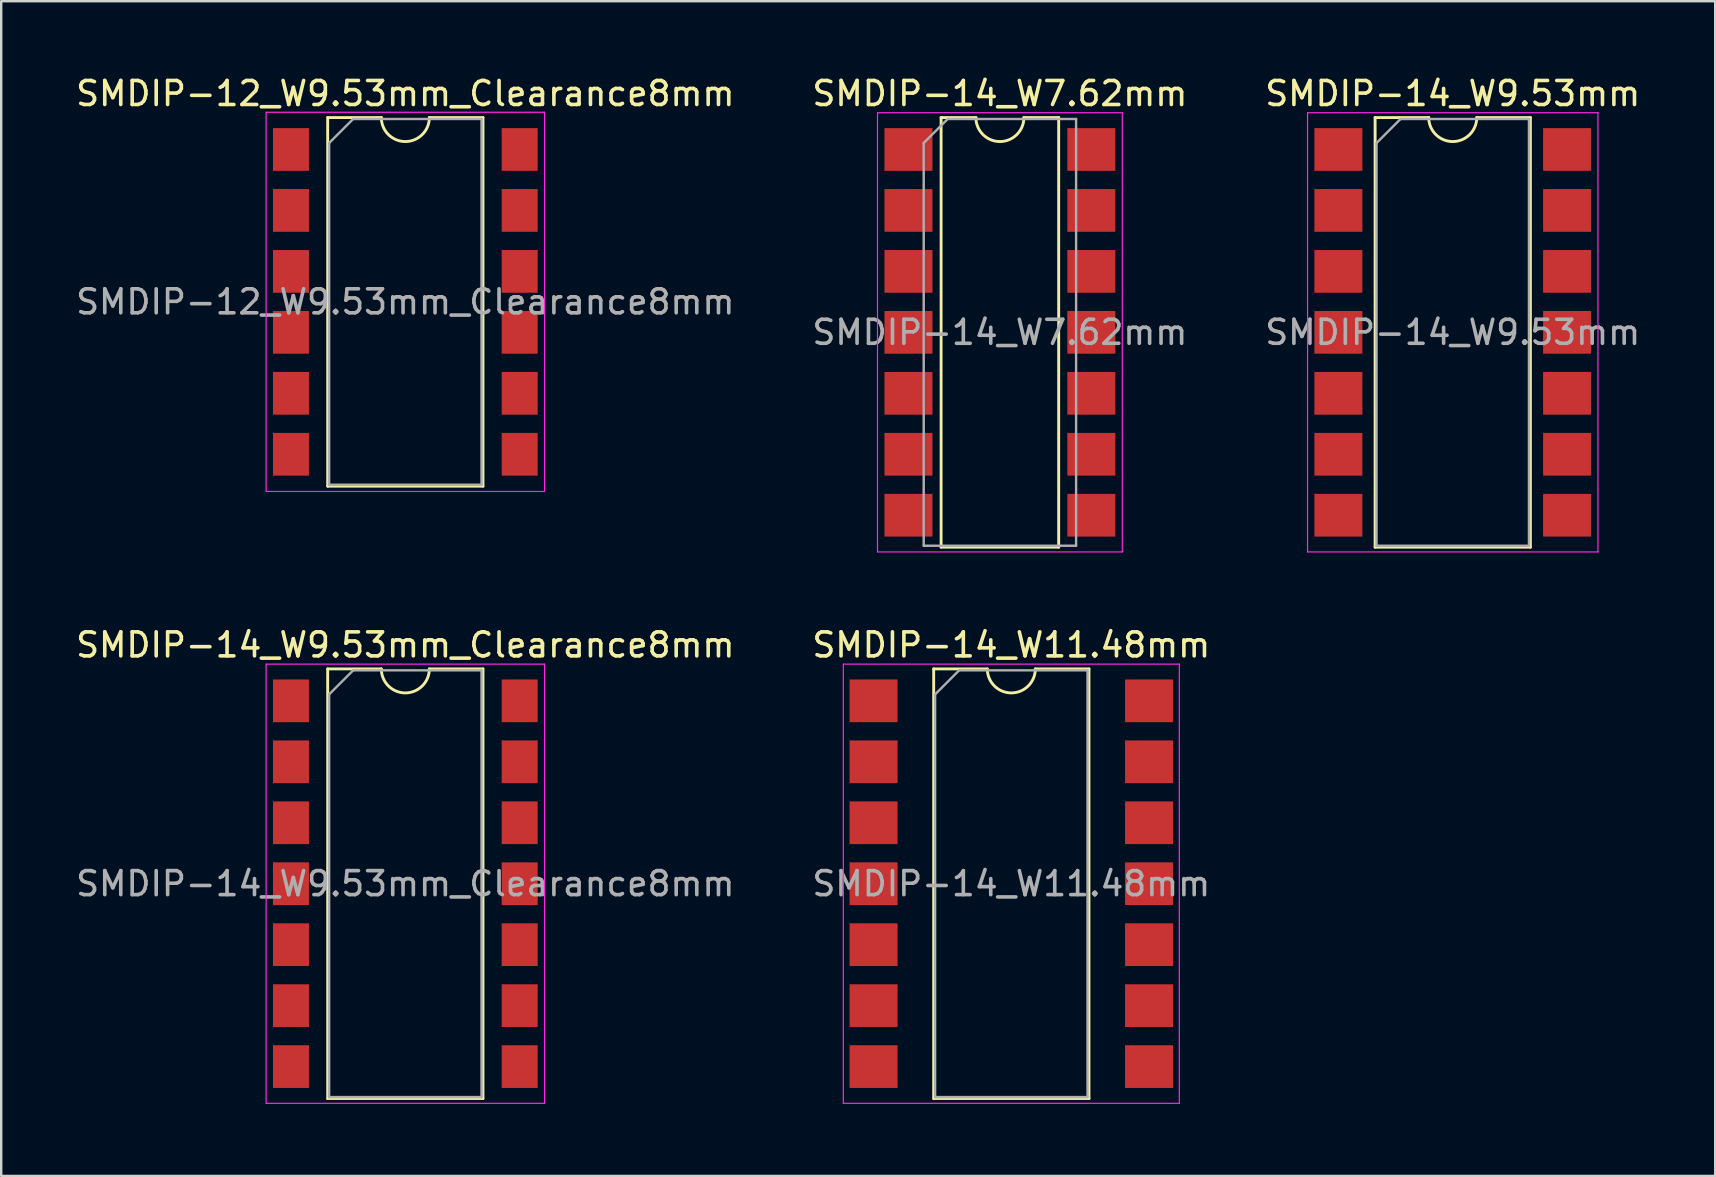
<source format=kicad_pcb>
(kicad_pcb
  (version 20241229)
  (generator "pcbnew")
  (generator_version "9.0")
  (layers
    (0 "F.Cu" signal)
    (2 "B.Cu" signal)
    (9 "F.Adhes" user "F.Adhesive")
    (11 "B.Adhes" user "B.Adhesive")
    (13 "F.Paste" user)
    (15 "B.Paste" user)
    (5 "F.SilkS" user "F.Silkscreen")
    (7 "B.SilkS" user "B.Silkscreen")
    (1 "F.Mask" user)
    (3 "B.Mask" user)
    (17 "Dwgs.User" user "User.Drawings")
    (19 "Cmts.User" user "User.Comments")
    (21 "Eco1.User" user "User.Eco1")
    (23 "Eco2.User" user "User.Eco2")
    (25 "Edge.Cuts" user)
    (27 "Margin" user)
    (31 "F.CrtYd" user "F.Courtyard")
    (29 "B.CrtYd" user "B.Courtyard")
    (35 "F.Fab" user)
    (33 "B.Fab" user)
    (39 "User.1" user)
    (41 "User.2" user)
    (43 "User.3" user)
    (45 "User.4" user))
  (footprint "SMDIP-12_W9.53mm_Clearance8mm"
    (layer "F.Cu")
    (at 13.839 9.528)
    (property "Reference" "SMDIP-12_W9.53mm_Clearance8mm" (at 0 -8.68 0) (layer "F.SilkS") (effects (font (size 1 1) (thickness 0.15))))
    (attr smd)
    (fp_line (start -3.235 -7.68) (end -3.235 7.68) (stroke (width 0.12) (type solid)) (layer "F.SilkS"))
    (fp_line (start -3.235 7.68) (end 3.235 7.68) (stroke (width 0.12) (type solid)) (layer "F.SilkS"))
    (fp_line (start -1 -7.68) (end -3.235 -7.68) (stroke (width 0.12) (type solid)) (layer "F.SilkS"))
    (fp_line (start 3.235 -7.68) (end 1 -7.68) (stroke (width 0.12) (type solid)) (layer "F.SilkS"))
    (fp_line (start 3.235 7.68) (end 3.235 -7.68) (stroke (width 0.12) (type solid)) (layer "F.SilkS"))
    (fp_arc (start 1 -7.68) (mid 0 -6.68) (end -1 -7.68) (stroke (width 0.12) (type solid)) (layer "F.SilkS"))
    (fp_line (start -5.8 -7.9) (end -5.8 7.9) (stroke (width 0.05) (type solid)) (layer "F.CrtYd"))
    (fp_line (start -5.8 7.9) (end 5.8 7.9) (stroke (width 0.05) (type solid)) (layer "F.CrtYd"))
    (fp_line (start 5.8 -7.9) (end -5.8 -7.9) (stroke (width 0.05) (type solid)) (layer "F.CrtYd"))
    (fp_line (start 5.8 7.9) (end 5.8 -7.9) (stroke (width 0.05) (type solid)) (layer "F.CrtYd"))
    (fp_line (start -3.175 -6.62) (end -2.175 -7.62) (stroke (width 0.1) (type solid)) (layer "F.Fab"))
    (fp_line (start -3.175 7.62) (end -3.175 -6.62) (stroke (width 0.1) (type solid)) (layer "F.Fab"))
    (fp_line (start -2.175 -7.62) (end 3.175 -7.62) (stroke (width 0.1) (type solid)) (layer "F.Fab"))
    (fp_line (start 3.175 -7.62) (end 3.175 7.62) (stroke (width 0.1) (type solid)) (layer "F.Fab"))
    (fp_line (start 3.175 7.62) (end -3.175 7.62) (stroke (width 0.1) (type solid)) (layer "F.Fab"))
    (fp_text user "${REFERENCE}" (at 0 0 0) (layer "F.Fab") (effects (font (size 1 1) (thickness 0.15))))
    (pad "1" smd rect (at -4.765 -6.35) (size 1.5 1.78) (layers "F.Cu" "F.Mask" "F.Paste"))
    (pad "2" smd rect (at -4.765 -3.81) (size 1.5 1.78) (layers "F.Cu" "F.Mask" "F.Paste"))
    (pad "3" smd rect (at -4.765 -1.27) (size 1.5 1.78) (layers "F.Cu" "F.Mask" "F.Paste"))
    (pad "4" smd rect (at -4.765 1.27) (size 1.5 1.78) (layers "F.Cu" "F.Mask" "F.Paste"))
    (pad "5" smd rect (at -4.765 3.81) (size 1.5 1.78) (layers "F.Cu" "F.Mask" "F.Paste"))
    (pad "6" smd rect (at -4.765 6.35) (size 1.5 1.78) (layers "F.Cu" "F.Mask" "F.Paste"))
    (pad "7" smd rect (at 4.765 6.35) (size 1.5 1.78) (layers "F.Cu" "F.Mask" "F.Paste"))
    (pad "8" smd rect (at 4.765 3.81) (size 1.5 1.78) (layers "F.Cu" "F.Mask" "F.Paste"))
    (pad "9" smd rect (at 4.765 1.27) (size 1.5 1.78) (layers "F.Cu" "F.Mask" "F.Paste"))
    (pad "10" smd rect (at 4.765 -1.27) (size 1.5 1.78) (layers "F.Cu" "F.Mask" "F.Paste"))
    (pad "11" smd rect (at 4.765 -3.81) (size 1.5 1.78) (layers "F.Cu" "F.Mask" "F.Paste"))
    (pad "12" smd rect (at 4.765 -6.35) (size 1.5 1.78) (layers "F.Cu" "F.Mask" "F.Paste")))
  (footprint "SMDIP-14_W11.48mm"
    (layer "F.Cu")
    (at 39.089 33.772)
    (property "Reference" "SMDIP-14_W11.48mm" (at 0 -9.95 0) (layer "F.SilkS") (effects (font (size 1 1) (thickness 0.15))))
    (attr smd)
    (fp_line (start -3.235 -8.95) (end -3.235 8.95) (stroke (width 0.12) (type solid)) (layer "F.SilkS"))
    (fp_line (start -3.235 8.95) (end 3.235 8.95) (stroke (width 0.12) (type solid)) (layer "F.SilkS"))
    (fp_line (start -1 -8.95) (end -3.235 -8.95) (stroke (width 0.12) (type solid)) (layer "F.SilkS"))
    (fp_line (start 3.235 -8.95) (end 1 -8.95) (stroke (width 0.12) (type solid)) (layer "F.SilkS"))
    (fp_line (start 3.235 8.95) (end 3.235 -8.95) (stroke (width 0.12) (type solid)) (layer "F.SilkS"))
    (fp_arc (start 1 -8.95) (mid 0 -7.95) (end -1 -8.95) (stroke (width 0.12) (type solid)) (layer "F.SilkS"))
    (fp_line (start -7 -9.15) (end -7 9.15) (stroke (width 0.05) (type solid)) (layer "F.CrtYd"))
    (fp_line (start -7 9.15) (end 7 9.15) (stroke (width 0.05) (type solid)) (layer "F.CrtYd"))
    (fp_line (start 7 -9.15) (end -7 -9.15) (stroke (width 0.05) (type solid)) (layer "F.CrtYd"))
    (fp_line (start 7 9.15) (end 7 -9.15) (stroke (width 0.05) (type solid)) (layer "F.CrtYd"))
    (fp_line (start -3.175 -7.89) (end -2.175 -8.89) (stroke (width 0.1) (type solid)) (layer "F.Fab"))
    (fp_line (start -3.175 8.89) (end -3.175 -7.89) (stroke (width 0.1) (type solid)) (layer "F.Fab"))
    (fp_line (start -2.175 -8.89) (end 3.175 -8.89) (stroke (width 0.1) (type solid)) (layer "F.Fab"))
    (fp_line (start 3.175 -8.89) (end 3.175 8.89) (stroke (width 0.1) (type solid)) (layer "F.Fab"))
    (fp_line (start 3.175 8.89) (end -3.175 8.89) (stroke (width 0.1) (type solid)) (layer "F.Fab"))
    (fp_text user "${REFERENCE}" (at 0 0 0) (layer "F.Fab") (effects (font (size 1 1) (thickness 0.15))))
    (pad "1" smd rect (at -5.74 -7.62) (size 2 1.78) (layers "F.Cu" "F.Mask" "F.Paste"))
    (pad "2" smd rect (at -5.74 -5.08) (size 2 1.78) (layers "F.Cu" "F.Mask" "F.Paste"))
    (pad "3" smd rect (at -5.74 -2.54) (size 2 1.78) (layers "F.Cu" "F.Mask" "F.Paste"))
    (pad "4" smd rect (at -5.74 0) (size 2 1.78) (layers "F.Cu" "F.Mask" "F.Paste"))
    (pad "5" smd rect (at -5.74 2.54) (size 2 1.78) (layers "F.Cu" "F.Mask" "F.Paste"))
    (pad "6" smd rect (at -5.74 5.08) (size 2 1.78) (layers "F.Cu" "F.Mask" "F.Paste"))
    (pad "7" smd rect (at -5.74 7.62) (size 2 1.78) (layers "F.Cu" "F.Mask" "F.Paste"))
    (pad "8" smd rect (at 5.74 7.62) (size 2 1.78) (layers "F.Cu" "F.Mask" "F.Paste"))
    (pad "9" smd rect (at 5.74 5.08) (size 2 1.78) (layers "F.Cu" "F.Mask" "F.Paste"))
    (pad "10" smd rect (at 5.74 2.54) (size 2 1.78) (layers "F.Cu" "F.Mask" "F.Paste"))
    (pad "11" smd rect (at 5.74 0) (size 2 1.78) (layers "F.Cu" "F.Mask" "F.Paste"))
    (pad "12" smd rect (at 5.74 -2.54) (size 2 1.78) (layers "F.Cu" "F.Mask" "F.Paste"))
    (pad "13" smd rect (at 5.74 -5.08) (size 2 1.78) (layers "F.Cu" "F.Mask" "F.Paste"))
    (pad "14" smd rect (at 5.74 -7.62) (size 2 1.78) (layers "F.Cu" "F.Mask" "F.Paste")))
  (footprint "SMDIP-14_W9.53mm_Clearance8mm"
    (layer "F.Cu")
    (at 13.839 33.772)
    (property "Reference" "SMDIP-14_W9.53mm_Clearance8mm" (at 0 -9.95 0) (layer "F.SilkS") (effects (font (size 1 1) (thickness 0.15))))
    (attr smd)
    (fp_line (start -3.235 -8.95) (end -3.235 8.95) (stroke (width 0.12) (type solid)) (layer "F.SilkS"))
    (fp_line (start -3.235 8.95) (end 3.235 8.95) (stroke (width 0.12) (type solid)) (layer "F.SilkS"))
    (fp_line (start -1 -8.95) (end -3.235 -8.95) (stroke (width 0.12) (type solid)) (layer "F.SilkS"))
    (fp_line (start 3.235 -8.95) (end 1 -8.95) (stroke (width 0.12) (type solid)) (layer "F.SilkS"))
    (fp_line (start 3.235 8.95) (end 3.235 -8.95) (stroke (width 0.12) (type solid)) (layer "F.SilkS"))
    (fp_arc (start 1 -8.95) (mid 0 -7.95) (end -1 -8.95) (stroke (width 0.12) (type solid)) (layer "F.SilkS"))
    (fp_line (start -5.8 -9.15) (end -5.8 9.15) (stroke (width 0.05) (type solid)) (layer "F.CrtYd"))
    (fp_line (start -5.8 9.15) (end 5.8 9.15) (stroke (width 0.05) (type solid)) (layer "F.CrtYd"))
    (fp_line (start 5.8 -9.15) (end -5.8 -9.15) (stroke (width 0.05) (type solid)) (layer "F.CrtYd"))
    (fp_line (start 5.8 9.15) (end 5.8 -9.15) (stroke (width 0.05) (type solid)) (layer "F.CrtYd"))
    (fp_line (start -3.175 -7.89) (end -2.175 -8.89) (stroke (width 0.1) (type solid)) (layer "F.Fab"))
    (fp_line (start -3.175 8.89) (end -3.175 -7.89) (stroke (width 0.1) (type solid)) (layer "F.Fab"))
    (fp_line (start -2.175 -8.89) (end 3.175 -8.89) (stroke (width 0.1) (type solid)) (layer "F.Fab"))
    (fp_line (start 3.175 -8.89) (end 3.175 8.89) (stroke (width 0.1) (type solid)) (layer "F.Fab"))
    (fp_line (start 3.175 8.89) (end -3.175 8.89) (stroke (width 0.1) (type solid)) (layer "F.Fab"))
    (fp_text user "${REFERENCE}" (at 0 0 0) (layer "F.Fab") (effects (font (size 1 1) (thickness 0.15))))
    (pad "1" smd rect (at -4.765 -7.62) (size 1.5 1.78) (layers "F.Cu" "F.Mask" "F.Paste"))
    (pad "2" smd rect (at -4.765 -5.08) (size 1.5 1.78) (layers "F.Cu" "F.Mask" "F.Paste"))
    (pad "3" smd rect (at -4.765 -2.54) (size 1.5 1.78) (layers "F.Cu" "F.Mask" "F.Paste"))
    (pad "4" smd rect (at -4.765 0) (size 1.5 1.78) (layers "F.Cu" "F.Mask" "F.Paste"))
    (pad "5" smd rect (at -4.765 2.54) (size 1.5 1.78) (layers "F.Cu" "F.Mask" "F.Paste"))
    (pad "6" smd rect (at -4.765 5.08) (size 1.5 1.78) (layers "F.Cu" "F.Mask" "F.Paste"))
    (pad "7" smd rect (at -4.765 7.62) (size 1.5 1.78) (layers "F.Cu" "F.Mask" "F.Paste"))
    (pad "8" smd rect (at 4.765 7.62) (size 1.5 1.78) (layers "F.Cu" "F.Mask" "F.Paste"))
    (pad "9" smd rect (at 4.765 5.08) (size 1.5 1.78) (layers "F.Cu" "F.Mask" "F.Paste"))
    (pad "10" smd rect (at 4.765 2.54) (size 1.5 1.78) (layers "F.Cu" "F.Mask" "F.Paste"))
    (pad "11" smd rect (at 4.765 0) (size 1.5 1.78) (layers "F.Cu" "F.Mask" "F.Paste"))
    (pad "12" smd rect (at 4.765 -2.54) (size 1.5 1.78) (layers "F.Cu" "F.Mask" "F.Paste"))
    (pad "13" smd rect (at 4.765 -5.08) (size 1.5 1.78) (layers "F.Cu" "F.Mask" "F.Paste"))
    (pad "14" smd rect (at 4.765 -7.62) (size 1.5 1.78) (layers "F.Cu" "F.Mask" "F.Paste")))
  (footprint "SMDIP-14_W7.62mm"
    (layer "F.Cu")
    (at 38.613 10.798)
    (property "Reference" "SMDIP-14_W7.62mm" (at 0 -9.95 0) (layer "F.SilkS") (effects (font (size 1 1) (thickness 0.15))))
    (attr smd)
    (fp_line (start -2.45 -8.95) (end -2.45 8.95) (stroke (width 0.12) (type solid)) (layer "F.SilkS"))
    (fp_line (start -2.45 8.95) (end 2.45 8.95) (stroke (width 0.12) (type solid)) (layer "F.SilkS"))
    (fp_line (start -1 -8.95) (end -2.45 -8.95) (stroke (width 0.12) (type solid)) (layer "F.SilkS"))
    (fp_line (start 2.45 -8.95) (end 1 -8.95) (stroke (width 0.12) (type solid)) (layer "F.SilkS"))
    (fp_line (start 2.45 8.95) (end 2.45 -8.95) (stroke (width 0.12) (type solid)) (layer "F.SilkS"))
    (fp_arc (start 1 -8.95) (mid 0 -7.95) (end -1 -8.95) (stroke (width 0.12) (type solid)) (layer "F.SilkS"))
    (fp_line (start -5.1 -9.15) (end -5.1 9.15) (stroke (width 0.05) (type solid)) (layer "F.CrtYd"))
    (fp_line (start -5.1 9.15) (end 5.1 9.15) (stroke (width 0.05) (type solid)) (layer "F.CrtYd"))
    (fp_line (start 5.1 -9.15) (end -5.1 -9.15) (stroke (width 0.05) (type solid)) (layer "F.CrtYd"))
    (fp_line (start 5.1 9.15) (end 5.1 -9.15) (stroke (width 0.05) (type solid)) (layer "F.CrtYd"))
    (fp_line (start -3.175 -7.89) (end -2.175 -8.89) (stroke (width 0.1) (type solid)) (layer "F.Fab"))
    (fp_line (start -3.175 8.89) (end -3.175 -7.89) (stroke (width 0.1) (type solid)) (layer "F.Fab"))
    (fp_line (start -2.175 -8.89) (end 3.175 -8.89) (stroke (width 0.1) (type solid)) (layer "F.Fab"))
    (fp_line (start 3.175 -8.89) (end 3.175 8.89) (stroke (width 0.1) (type solid)) (layer "F.Fab"))
    (fp_line (start 3.175 8.89) (end -3.175 8.89) (stroke (width 0.1) (type solid)) (layer "F.Fab"))
    (fp_text user "${REFERENCE}" (at 0 0 0) (layer "F.Fab") (effects (font (size 1 1) (thickness 0.15))))
    (pad "1" smd rect (at -3.81 -7.62) (size 2 1.78) (layers "F.Cu" "F.Mask" "F.Paste"))
    (pad "2" smd rect (at -3.81 -5.08) (size 2 1.78) (layers "F.Cu" "F.Mask" "F.Paste"))
    (pad "3" smd rect (at -3.81 -2.54) (size 2 1.78) (layers "F.Cu" "F.Mask" "F.Paste"))
    (pad "4" smd rect (at -3.81 0) (size 2 1.78) (layers "F.Cu" "F.Mask" "F.Paste"))
    (pad "5" smd rect (at -3.81 2.54) (size 2 1.78) (layers "F.Cu" "F.Mask" "F.Paste"))
    (pad "6" smd rect (at -3.81 5.08) (size 2 1.78) (layers "F.Cu" "F.Mask" "F.Paste"))
    (pad "7" smd rect (at -3.81 7.62) (size 2 1.78) (layers "F.Cu" "F.Mask" "F.Paste"))
    (pad "8" smd rect (at 3.81 7.62) (size 2 1.78) (layers "F.Cu" "F.Mask" "F.Paste"))
    (pad "9" smd rect (at 3.81 5.08) (size 2 1.78) (layers "F.Cu" "F.Mask" "F.Paste"))
    (pad "10" smd rect (at 3.81 2.54) (size 2 1.78) (layers "F.Cu" "F.Mask" "F.Paste"))
    (pad "11" smd rect (at 3.81 0) (size 2 1.78) (layers "F.Cu" "F.Mask" "F.Paste"))
    (pad "12" smd rect (at 3.81 -2.54) (size 2 1.78) (layers "F.Cu" "F.Mask" "F.Paste"))
    (pad "13" smd rect (at 3.81 -5.08) (size 2 1.78) (layers "F.Cu" "F.Mask" "F.Paste"))
    (pad "14" smd rect (at 3.81 -7.62) (size 2 1.78) (layers "F.Cu" "F.Mask" "F.Paste")))
  (footprint "SMDIP-14_W9.53mm"
    (layer "F.Cu")
    (at 57.482 10.798)
    (property "Reference" "SMDIP-14_W9.53mm" (at 0 -9.95 0) (layer "F.SilkS") (effects (font (size 1 1) (thickness 0.15))))
    (attr smd)
    (fp_line (start -3.235 -8.95) (end -3.235 8.95) (stroke (width 0.12) (type solid)) (layer "F.SilkS"))
    (fp_line (start -3.235 8.95) (end 3.235 8.95) (stroke (width 0.12) (type solid)) (layer "F.SilkS"))
    (fp_line (start -1 -8.95) (end -3.235 -8.95) (stroke (width 0.12) (type solid)) (layer "F.SilkS"))
    (fp_line (start 3.235 -8.95) (end 1 -8.95) (stroke (width 0.12) (type solid)) (layer "F.SilkS"))
    (fp_line (start 3.235 8.95) (end 3.235 -8.95) (stroke (width 0.12) (type solid)) (layer "F.SilkS"))
    (fp_arc (start 1 -8.95) (mid 0 -7.95) (end -1 -8.95) (stroke (width 0.12) (type solid)) (layer "F.SilkS"))
    (fp_line (start -6.05 -9.15) (end -6.05 9.15) (stroke (width 0.05) (type solid)) (layer "F.CrtYd"))
    (fp_line (start -6.05 9.15) (end 6.05 9.15) (stroke (width 0.05) (type solid)) (layer "F.CrtYd"))
    (fp_line (start 6.05 -9.15) (end -6.05 -9.15) (stroke (width 0.05) (type solid)) (layer "F.CrtYd"))
    (fp_line (start 6.05 9.15) (end 6.05 -9.15) (stroke (width 0.05) (type solid)) (layer "F.CrtYd"))
    (fp_line (start -3.175 -7.89) (end -2.175 -8.89) (stroke (width 0.1) (type solid)) (layer "F.Fab"))
    (fp_line (start -3.175 8.89) (end -3.175 -7.89) (stroke (width 0.1) (type solid)) (layer "F.Fab"))
    (fp_line (start -2.175 -8.89) (end 3.175 -8.89) (stroke (width 0.1) (type solid)) (layer "F.Fab"))
    (fp_line (start 3.175 -8.89) (end 3.175 8.89) (stroke (width 0.1) (type solid)) (layer "F.Fab"))
    (fp_line (start 3.175 8.89) (end -3.175 8.89) (stroke (width 0.1) (type solid)) (layer "F.Fab"))
    (fp_text user "${REFERENCE}" (at 0 0 0) (layer "F.Fab") (effects (font (size 1 1) (thickness 0.15))))
    (pad "1" smd rect (at -4.765 -7.62) (size 2 1.78) (layers "F.Cu" "F.Mask" "F.Paste"))
    (pad "2" smd rect (at -4.765 -5.08) (size 2 1.78) (layers "F.Cu" "F.Mask" "F.Paste"))
    (pad "3" smd rect (at -4.765 -2.54) (size 2 1.78) (layers "F.Cu" "F.Mask" "F.Paste"))
    (pad "4" smd rect (at -4.765 0) (size 2 1.78) (layers "F.Cu" "F.Mask" "F.Paste"))
    (pad "5" smd rect (at -4.765 2.54) (size 2 1.78) (layers "F.Cu" "F.Mask" "F.Paste"))
    (pad "6" smd rect (at -4.765 5.08) (size 2 1.78) (layers "F.Cu" "F.Mask" "F.Paste"))
    (pad "7" smd rect (at -4.765 7.62) (size 2 1.78) (layers "F.Cu" "F.Mask" "F.Paste"))
    (pad "8" smd rect (at 4.765 7.62) (size 2 1.78) (layers "F.Cu" "F.Mask" "F.Paste"))
    (pad "9" smd rect (at 4.765 5.08) (size 2 1.78) (layers "F.Cu" "F.Mask" "F.Paste"))
    (pad "10" smd rect (at 4.765 2.54) (size 2 1.78) (layers "F.Cu" "F.Mask" "F.Paste"))
    (pad "11" smd rect (at 4.765 0) (size 2 1.78) (layers "F.Cu" "F.Mask" "F.Paste"))
    (pad "12" smd rect (at 4.765 -2.54) (size 2 1.78) (layers "F.Cu" "F.Mask" "F.Paste"))
    (pad "13" smd rect (at 4.765 -5.08) (size 2 1.78) (layers "F.Cu" "F.Mask" "F.Paste"))
    (pad "14" smd rect (at 4.765 -7.62) (size 2 1.78) (layers "F.Cu" "F.Mask" "F.Paste")))
  (gr_rect
    (start -3 -3)
    (end 68.417 45.947)
    (stroke (width 0.1) (type default))
    (fill no)
    (layer "Edge.Cuts")))
</source>
